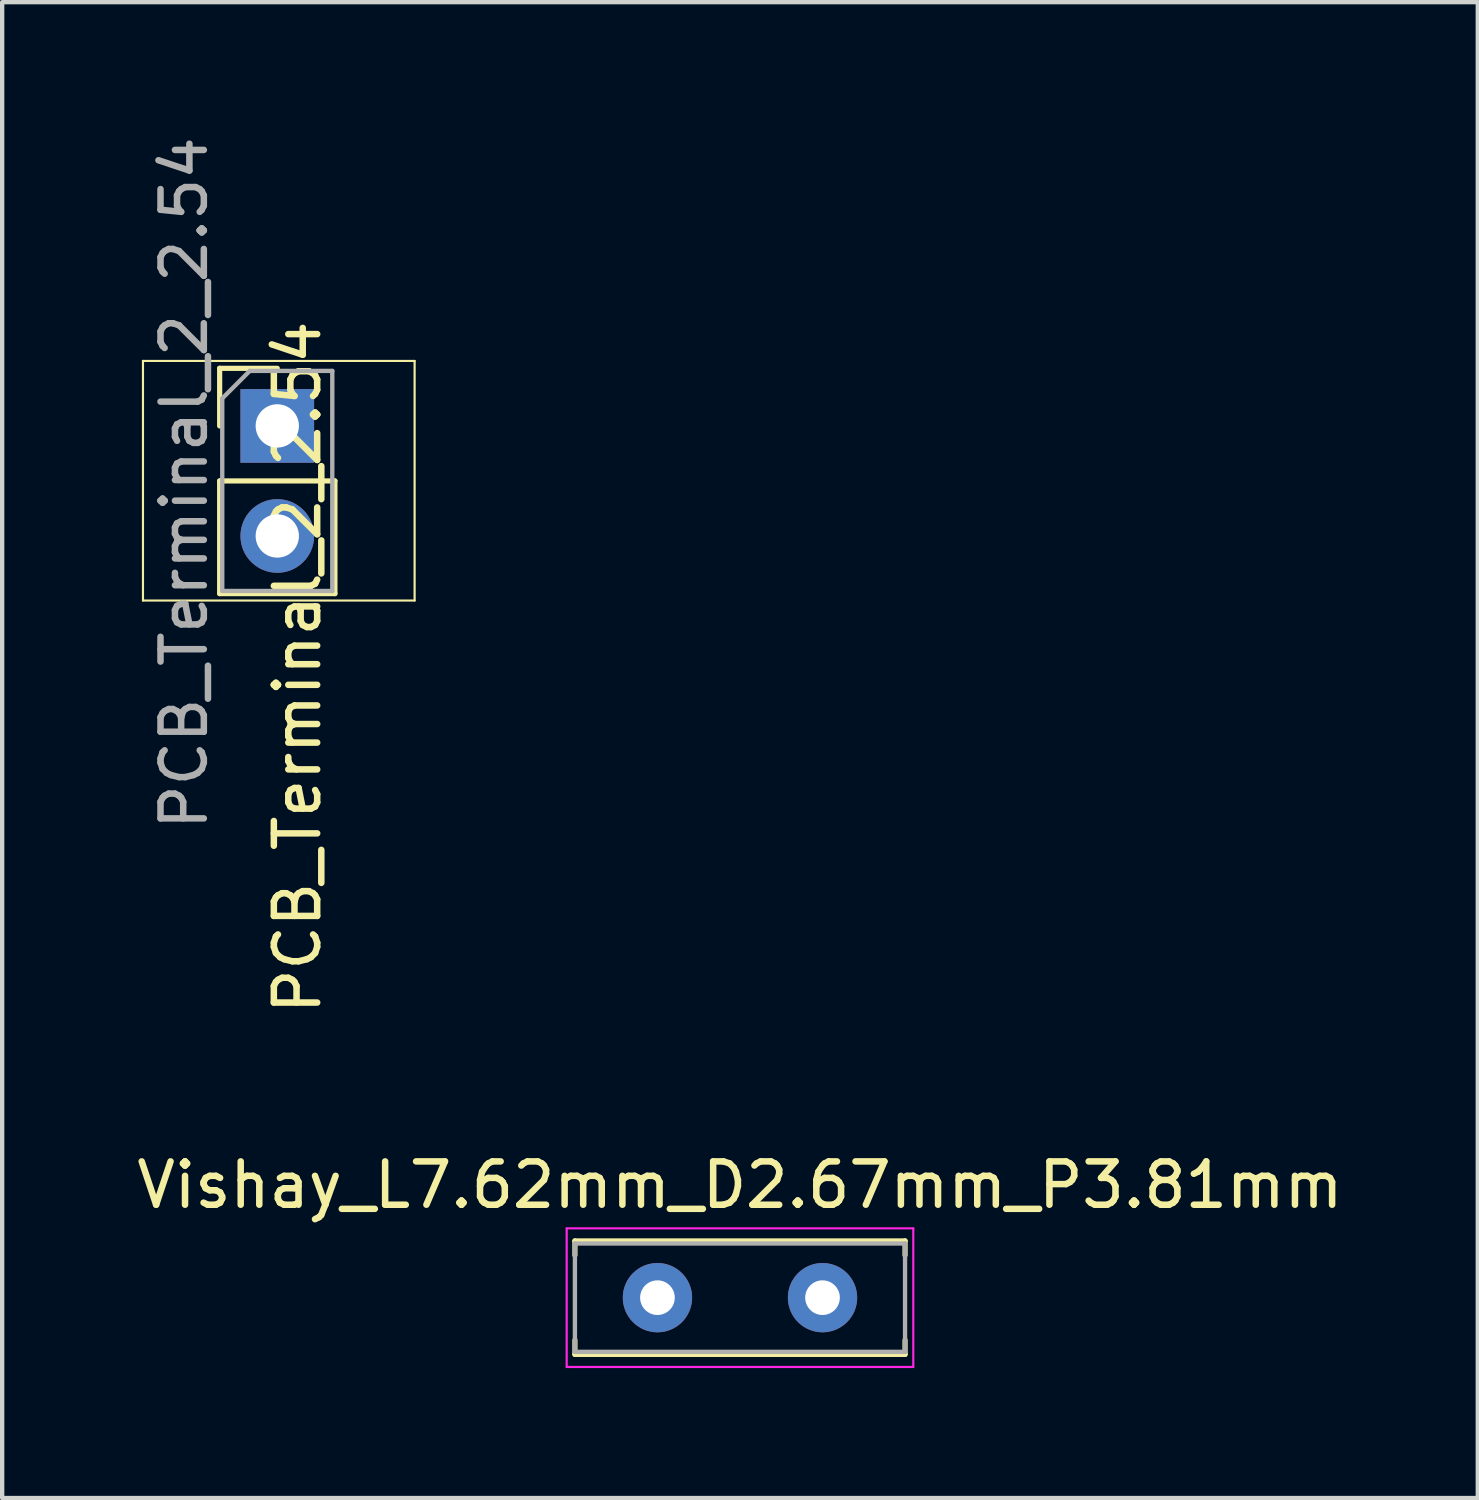
<source format=kicad_pcb>
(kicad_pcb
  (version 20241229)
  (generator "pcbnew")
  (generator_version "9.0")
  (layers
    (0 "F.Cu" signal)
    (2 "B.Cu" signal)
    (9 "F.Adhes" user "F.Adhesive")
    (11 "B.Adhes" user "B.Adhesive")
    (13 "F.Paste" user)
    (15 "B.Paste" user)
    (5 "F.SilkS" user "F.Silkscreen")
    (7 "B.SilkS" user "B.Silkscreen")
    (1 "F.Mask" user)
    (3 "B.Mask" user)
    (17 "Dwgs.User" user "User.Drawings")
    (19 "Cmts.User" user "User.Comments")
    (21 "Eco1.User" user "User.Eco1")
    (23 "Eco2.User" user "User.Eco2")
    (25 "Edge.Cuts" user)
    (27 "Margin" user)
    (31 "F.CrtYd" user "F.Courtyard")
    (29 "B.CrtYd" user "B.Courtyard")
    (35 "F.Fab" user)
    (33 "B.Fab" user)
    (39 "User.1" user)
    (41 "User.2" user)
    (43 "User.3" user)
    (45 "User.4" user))
  (footprint "PCB_Terminal_2_2.54"
    (layer "F.Cu")
    (at 0.25 5.281)
    (property "Reference" "PCB_Terminal_2_2.54" (at 3.566 7.071 90) (layer "F.SilkS") (effects (font (size 1 1) (thickness 0.15))))
    (attr through_hole)
    (fp_line (start 0 0) (end 0 5.53) (stroke (width 0.05) (type solid)) (layer "F.SilkS"))
    (fp_line (start 0 5.53) (end 6.27 5.53) (stroke (width 0.05) (type solid)) (layer "F.SilkS"))
    (fp_line (start 1.77 0.17) (end 3.1 0.17) (stroke (width 0.12) (type solid)) (layer "F.SilkS"))
    (fp_line (start 1.77 1.5) (end 1.77 0.17) (stroke (width 0.12) (type solid)) (layer "F.SilkS"))
    (fp_line (start 1.77 2.77) (end 1.77 5.37) (stroke (width 0.12) (type solid)) (layer "F.SilkS"))
    (fp_line (start 1.77 2.77) (end 4.43 2.77) (stroke (width 0.12) (type solid)) (layer "F.SilkS"))
    (fp_line (start 1.77 5.37) (end 4.43 5.37) (stroke (width 0.12) (type solid)) (layer "F.SilkS"))
    (fp_line (start 4.43 2.77) (end 4.43 5.37) (stroke (width 0.12) (type solid)) (layer "F.SilkS"))
    (fp_line (start 6.27 0) (end 0 0) (stroke (width 0.05) (type solid)) (layer "F.SilkS"))
    (fp_line (start 6.27 5.53) (end 6.27 0) (stroke (width 0.05) (type solid)) (layer "F.SilkS"))
    (fp_line (start 1.83 0.865) (end 2.465 0.23) (stroke (width 0.1) (type solid)) (layer "F.Fab"))
    (fp_line (start 1.83 5.31) (end 1.83 0.865) (stroke (width 0.1) (type solid)) (layer "F.Fab"))
    (fp_line (start 2.465 0.23) (end 4.37 0.23) (stroke (width 0.1) (type solid)) (layer "F.Fab"))
    (fp_line (start 4.37 0.23) (end 4.37 5.31) (stroke (width 0.1) (type solid)) (layer "F.Fab"))
    (fp_line (start 4.37 5.31) (end 1.83 5.31) (stroke (width 0.1) (type solid)) (layer "F.Fab"))
    (fp_text user "${REFERENCE}" (at 0.95 2.82 90) (layer "F.Fab") (effects (font (size 1 1) (thickness 0.15))))
    (pad "1" thru_hole rect (at 3.1 1.5) (size 1.7 1.7) (drill 1) (layers "*.Cu" "*.Mask"))
    (pad "2" thru_hole oval (at 3.1 4.04) (size 1.7 1.7) (drill 1) (layers "*.Cu" "*.Mask")))
  (footprint "Vishay_L7.62mm_D2.67mm_P3.81mm"
    (layer "F.Cu")
    (at 14.03 26.902)
    (property "Reference" "Vishay_L7.62mm_D2.67mm_P3.81mm" (at 0 -2.6 0) (layer "F.SilkS") (effects (font (size 1 1) (thickness 0.15))))
    (attr through_hole)
    (fp_line (start -3.81 -1.31) (end 3.81 -1.31) (stroke (width 0.12) (type solid)) (layer "F.SilkS"))
    (fp_line (start -3.81 -0.98) (end -3.81 -1.31) (stroke (width 0.12) (type solid)) (layer "F.SilkS"))
    (fp_line (start -3.81 0.98) (end -3.81 1.31) (stroke (width 0.12) (type solid)) (layer "F.SilkS"))
    (fp_line (start -3.81 1.31) (end 3.81 1.31) (stroke (width 0.12) (type solid)) (layer "F.SilkS"))
    (fp_line (start 3.81 -1.31) (end 3.81 -0.98) (stroke (width 0.12) (type solid)) (layer "F.SilkS"))
    (fp_line (start 3.81 1.31) (end 3.81 0.98) (stroke (width 0.12) (type solid)) (layer "F.SilkS"))
    (fp_line (start -4 -1.6) (end -4 1.6) (stroke (width 0.05) (type solid)) (layer "F.CrtYd"))
    (fp_line (start -4 -1.6) (end 4 -1.6) (stroke (width 0.05) (type solid)) (layer "F.CrtYd"))
    (fp_line (start -4 1.6) (end 4 1.6) (stroke (width 0.05) (type solid)) (layer "F.CrtYd"))
    (fp_line (start 4 1.6) (end 4 -1.6) (stroke (width 0.05) (type solid)) (layer "F.CrtYd"))
    (fp_line (start -3.81 -1.25) (end -3.81 1.25) (stroke (width 0.1) (type solid)) (layer "F.Fab"))
    (fp_line (start -3.81 -1.25) (end 3.81 -1.25) (stroke (width 0.1) (type solid)) (layer "F.Fab"))
    (fp_line (start -3.81 1.25) (end 3.81 1.25) (stroke (width 0.1) (type solid)) (layer "F.Fab"))
    (fp_line (start 3.81 1.25) (end 3.81 -1.25) (stroke (width 0.1) (type solid)) (layer "F.Fab"))
    (pad "1" thru_hole circle (at -1.905 0) (size 1.6 1.6) (drill 0.8) (layers "*.Cu" "*.Mask"))
    (pad "2" thru_hole oval (at 1.905 0) (size 1.6 1.6) (drill 0.8) (layers "*.Cu" "*.Mask")))
  (gr_rect
    (start -3 -3)
    (end 31.06 31.527)
    (stroke (width 0.1) (type default))
    (fill no)
    (layer "Edge.Cuts")))
</source>
